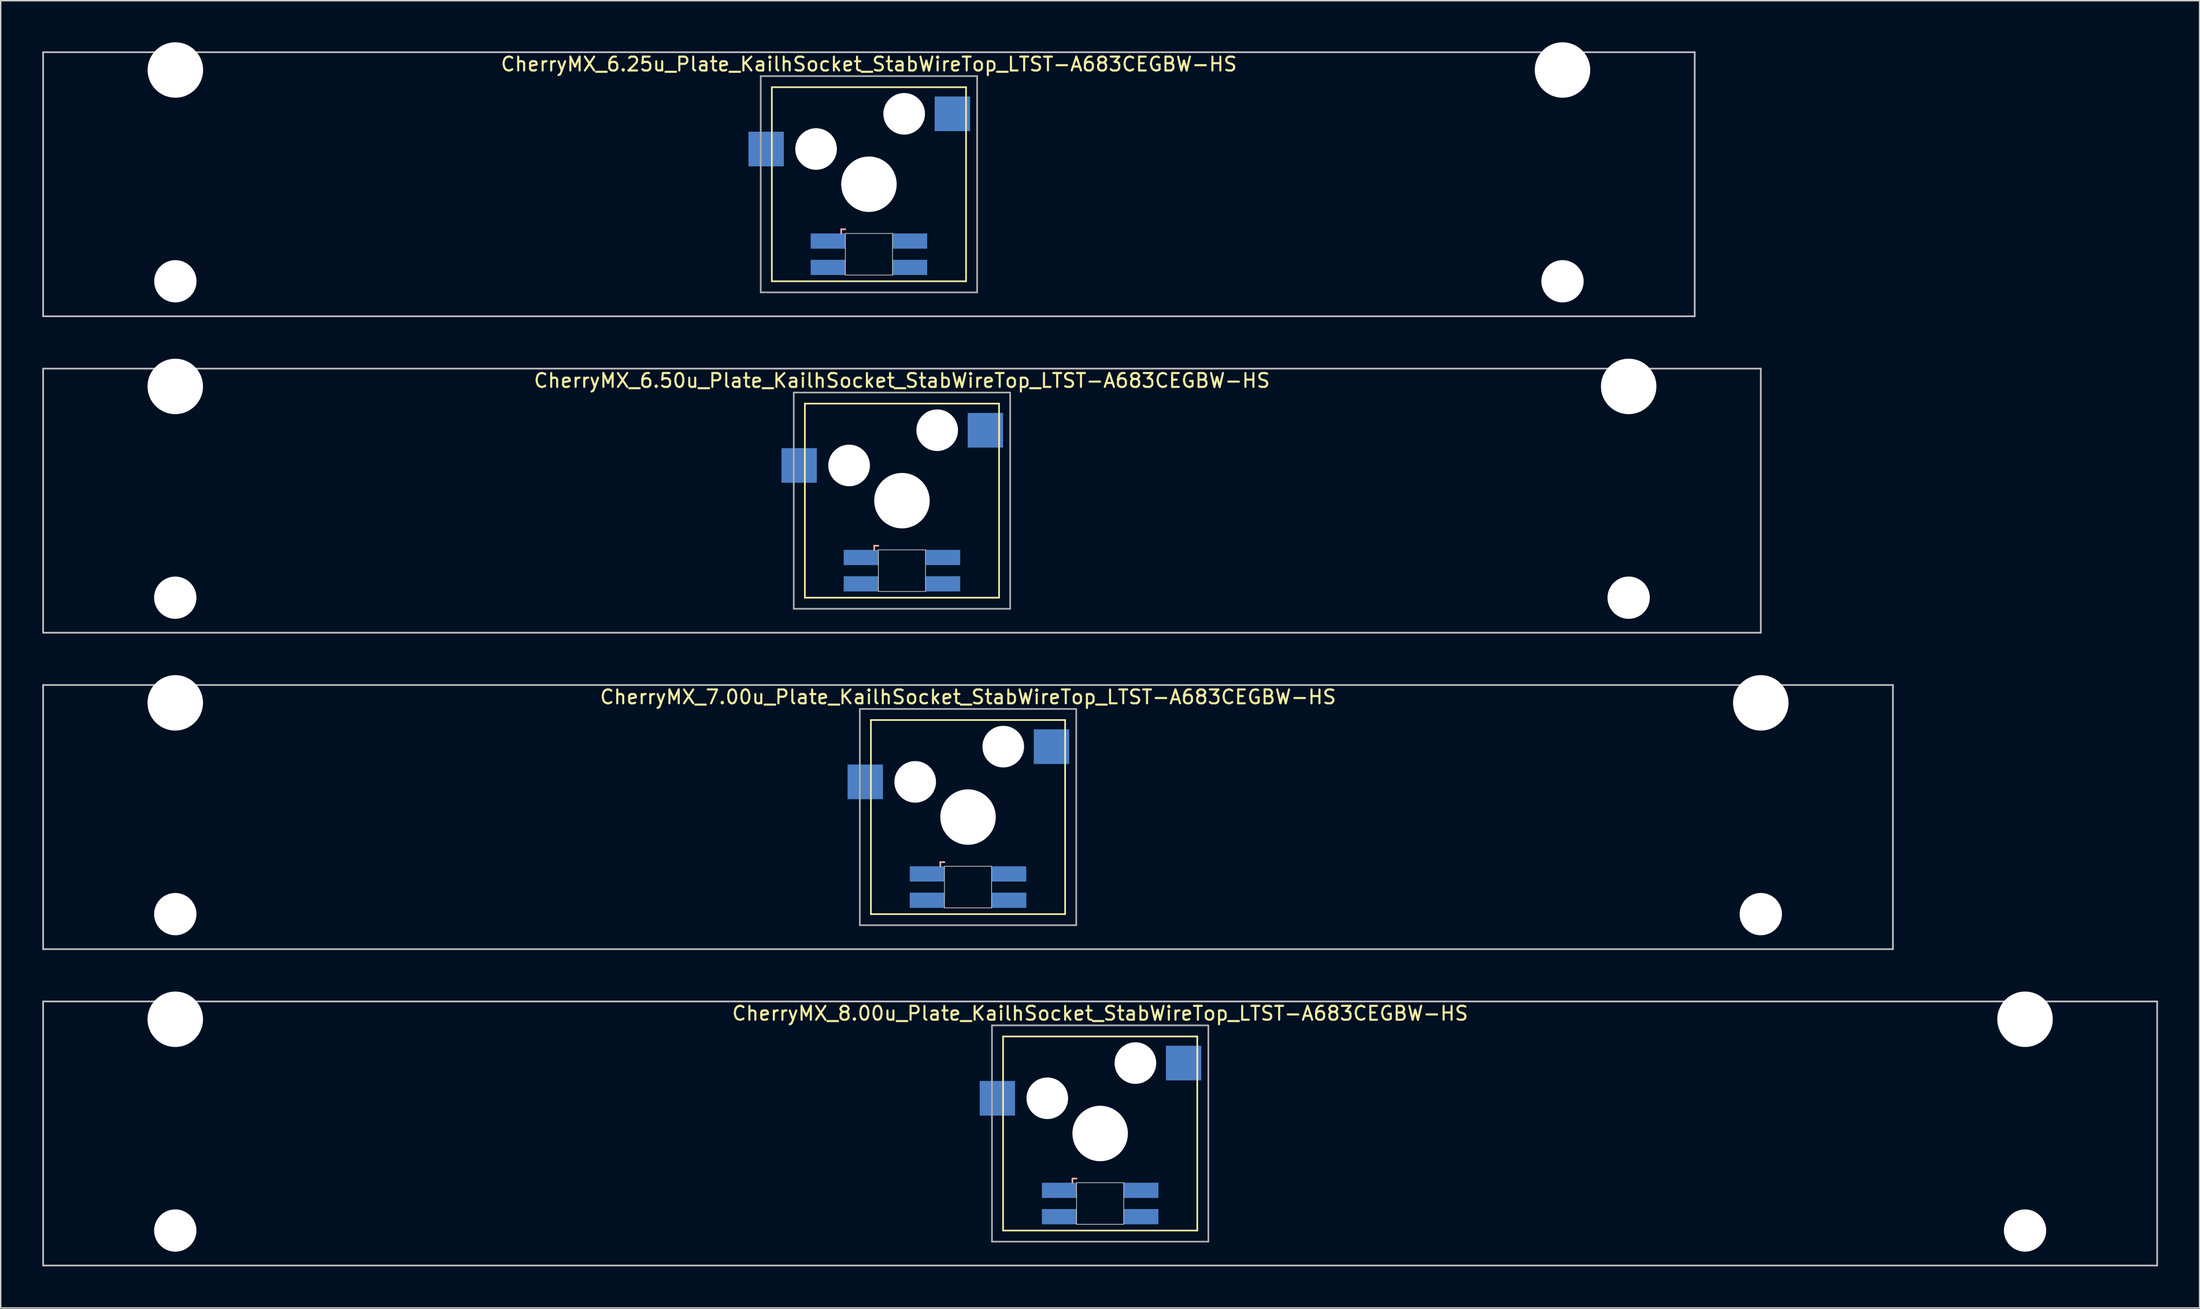
<source format=kicad_pcb>
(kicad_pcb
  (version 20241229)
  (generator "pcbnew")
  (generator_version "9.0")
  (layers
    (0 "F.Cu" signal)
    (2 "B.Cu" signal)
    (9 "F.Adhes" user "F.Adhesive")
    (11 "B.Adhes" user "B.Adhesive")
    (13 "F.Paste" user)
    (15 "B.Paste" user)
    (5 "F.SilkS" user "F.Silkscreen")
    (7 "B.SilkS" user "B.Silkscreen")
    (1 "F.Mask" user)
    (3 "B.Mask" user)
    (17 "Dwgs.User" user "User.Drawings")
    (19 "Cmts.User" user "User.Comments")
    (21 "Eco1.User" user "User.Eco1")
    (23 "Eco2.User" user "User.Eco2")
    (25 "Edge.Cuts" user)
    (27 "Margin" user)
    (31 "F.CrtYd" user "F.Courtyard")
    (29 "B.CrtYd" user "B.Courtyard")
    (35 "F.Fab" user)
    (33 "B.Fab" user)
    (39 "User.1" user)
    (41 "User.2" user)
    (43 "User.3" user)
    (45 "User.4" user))
  (footprint "CherryMX_6.50u_Plate_KailhSocket_StabWireTop_LTST-A683CEGBW-HS"
    (layer "F.Cu")
    (at 61.972 33.065)
    (property "Reference" "CherryMX_6.50u_Plate_KailhSocket_StabWireTop_LTST-A683CEGBW-HS" (at 0 -8.662 0) (layer "F.SilkS") (effects (font (size 1 1) (thickness 0.15))))
    (attr through_hole)
    (fp_line (start -7 -7) (end -7 7) (stroke (width 0.12) (type solid)) (layer "F.SilkS"))
    (fp_line (start -7 -7) (end 7 -7) (stroke (width 0.12) (type solid)) (layer "F.SilkS"))
    (fp_line (start 7 -7) (end 7 7) (stroke (width 0.12) (type solid)) (layer "F.SilkS"))
    (fp_line (start 7 7) (end -7 7) (stroke (width 0.12) (type solid)) (layer "F.SilkS"))
    (fp_line (start -2 3.25) (end -2 3.55) (stroke (width 0.12) (type solid)) (layer "B.SilkS"))
    (fp_line (start -1.7 3.25) (end -2 3.25) (stroke (width 0.12) (type solid)) (layer "B.SilkS"))
    (fp_line (start -61.913 -9.525) (end 61.913 -9.525) (stroke (width 0.12) (type solid)) (layer "Dwgs.User"))
    (fp_line (start -61.913 9.525) (end -61.913 -9.525) (stroke (width 0.12) (type solid)) (layer "Dwgs.User"))
    (fp_line (start 61.913 -9.525) (end 61.913 9.525) (stroke (width 0.12) (type solid)) (layer "Dwgs.User"))
    (fp_line (start 61.913 9.525) (end -61.913 9.525) (stroke (width 0.12) (type solid)) (layer "Dwgs.User"))
    (fp_line (start -1.7 3.55) (end 1.7 3.55) (stroke (width 0.05) (type solid)) (layer "Edge.Cuts"))
    (fp_line (start -1.7 6.55) (end -1.7 3.55) (stroke (width 0.05) (type solid)) (layer "Edge.Cuts"))
    (fp_line (start 1.7 3.55) (end 1.7 6.55) (stroke (width 0.05) (type solid)) (layer "Edge.Cuts"))
    (fp_line (start 1.7 6.55) (end -1.7 6.55) (stroke (width 0.05) (type solid)) (layer "Edge.Cuts"))
    (fp_line (start -7.8 -7.8) (end -7.8 7.8) (stroke (width 0.12) (type solid)) (layer "F.Fab"))
    (fp_line (start -7.8 -7.8) (end 7.8 -7.8) (stroke (width 0.12) (type solid)) (layer "F.Fab"))
    (fp_line (start -7.8 7.8) (end 7.8 7.8) (stroke (width 0.12) (type solid)) (layer "F.Fab"))
    (fp_line (start 7.8 -7.8) (end 7.8 7.8) (stroke (width 0.12) (type solid)) (layer "F.Fab"))
    (pad "" np_thru_hole circle (at -52.388 -8.24) (size 4 4) (drill 4) (layers "*.Cu" "*.Mask"))
    (pad "" np_thru_hole circle (at -52.388 7) (size 3.05 3.05) (drill 3.05) (layers "*.Cu" "*.Mask"))
    (pad "" np_thru_hole circle (at -3.81 -2.54) (size 3 3) (drill 3) (layers "*.Cu" "*.Mask"))
    (pad "" np_thru_hole circle (at 0 0) (size 4 4) (drill 4) (layers "*.Cu" "*.Mask"))
    (pad "" np_thru_hole circle (at 2.54 -5.08) (size 3 3) (drill 3) (layers "*.Cu" "*.Mask"))
    (pad "" np_thru_hole circle (at 52.388 -8.24) (size 4 4) (drill 4) (layers "*.Cu" "*.Mask"))
    (pad "" np_thru_hole circle (at 52.388 7) (size 3.05 3.05) (drill 3.05) (layers "*.Cu" "*.Mask"))
    (pad "1" smd rect (at -7.41 -2.54) (size 2.55 2.5) (layers "B.Cu" "B.Mask" "B.Paste"))
    (pad "2" smd rect (at 6.015 -5.08) (size 2.55 2.5) (layers "B.Cu" "B.Mask" "B.Paste"))
    (pad "3" smd rect (at -2.95 4.1) (size 2.5 1.1) (layers "B.Cu" "B.Mask" "B.Paste"))
    (pad "4" smd rect (at -2.95 6) (size 2.5 1.1) (layers "B.Cu" "B.Mask" "B.Paste"))
    (pad "5" smd rect (at 2.95 4.1) (size 2.5 1.1) (layers "B.Cu" "B.Mask" "B.Paste"))
    (pad "6" smd rect (at 2.95 6) (size 2.5 1.1) (layers "B.Cu" "B.Mask" "B.Paste")))
  (footprint "CherryMX_6.25u_Plate_KailhSocket_StabWireTop_LTST-A683CEGBW-HS"
    (layer "F.Cu")
    (at 59.591 10.24)
    (property "Reference" "CherryMX_6.25u_Plate_KailhSocket_StabWireTop_LTST-A683CEGBW-HS" (at 0 -8.662 0) (layer "F.SilkS") (effects (font (size 1 1) (thickness 0.15))))
    (attr through_hole)
    (fp_line (start -7 -7) (end -7 7) (stroke (width 0.12) (type solid)) (layer "F.SilkS"))
    (fp_line (start -7 -7) (end 7 -7) (stroke (width 0.12) (type solid)) (layer "F.SilkS"))
    (fp_line (start 7 -7) (end 7 7) (stroke (width 0.12) (type solid)) (layer "F.SilkS"))
    (fp_line (start 7 7) (end -7 7) (stroke (width 0.12) (type solid)) (layer "F.SilkS"))
    (fp_line (start -2 3.25) (end -2 3.55) (stroke (width 0.12) (type solid)) (layer "B.SilkS"))
    (fp_line (start -1.7 3.25) (end -2 3.25) (stroke (width 0.12) (type solid)) (layer "B.SilkS"))
    (fp_line (start -59.531 -9.525) (end 59.531 -9.525) (stroke (width 0.12) (type solid)) (layer "Dwgs.User"))
    (fp_line (start -59.531 9.525) (end -59.531 -9.525) (stroke (width 0.12) (type solid)) (layer "Dwgs.User"))
    (fp_line (start 59.531 -9.525) (end 59.531 9.525) (stroke (width 0.12) (type solid)) (layer "Dwgs.User"))
    (fp_line (start 59.531 9.525) (end -59.531 9.525) (stroke (width 0.12) (type solid)) (layer "Dwgs.User"))
    (fp_line (start -1.7 3.55) (end 1.7 3.55) (stroke (width 0.05) (type solid)) (layer "Edge.Cuts"))
    (fp_line (start -1.7 6.55) (end -1.7 3.55) (stroke (width 0.05) (type solid)) (layer "Edge.Cuts"))
    (fp_line (start 1.7 3.55) (end 1.7 6.55) (stroke (width 0.05) (type solid)) (layer "Edge.Cuts"))
    (fp_line (start 1.7 6.55) (end -1.7 6.55) (stroke (width 0.05) (type solid)) (layer "Edge.Cuts"))
    (fp_line (start -7.8 -7.8) (end -7.8 7.8) (stroke (width 0.12) (type solid)) (layer "F.Fab"))
    (fp_line (start -7.8 -7.8) (end 7.8 -7.8) (stroke (width 0.12) (type solid)) (layer "F.Fab"))
    (fp_line (start -7.8 7.8) (end 7.8 7.8) (stroke (width 0.12) (type solid)) (layer "F.Fab"))
    (fp_line (start 7.8 -7.8) (end 7.8 7.8) (stroke (width 0.12) (type solid)) (layer "F.Fab"))
    (pad "" np_thru_hole circle (at -50 -8.24) (size 4 4) (drill 4) (layers "*.Cu" "*.Mask"))
    (pad "" np_thru_hole circle (at -50 7) (size 3.05 3.05) (drill 3.05) (layers "*.Cu" "*.Mask"))
    (pad "" np_thru_hole circle (at -3.81 -2.54) (size 3 3) (drill 3) (layers "*.Cu" "*.Mask"))
    (pad "" np_thru_hole circle (at 0 0) (size 4 4) (drill 4) (layers "*.Cu" "*.Mask"))
    (pad "" np_thru_hole circle (at 2.54 -5.08) (size 3 3) (drill 3) (layers "*.Cu" "*.Mask"))
    (pad "" np_thru_hole circle (at 50 -8.24) (size 4 4) (drill 4) (layers "*.Cu" "*.Mask"))
    (pad "" np_thru_hole circle (at 50 7) (size 3.05 3.05) (drill 3.05) (layers "*.Cu" "*.Mask"))
    (pad "1" smd rect (at -7.41 -2.54) (size 2.55 2.5) (layers "B.Cu" "B.Mask" "B.Paste"))
    (pad "2" smd rect (at 6.015 -5.08) (size 2.55 2.5) (layers "B.Cu" "B.Mask" "B.Paste"))
    (pad "3" smd rect (at -2.95 4.1) (size 2.5 1.1) (layers "B.Cu" "B.Mask" "B.Paste"))
    (pad "4" smd rect (at -2.95 6) (size 2.5 1.1) (layers "B.Cu" "B.Mask" "B.Paste"))
    (pad "5" smd rect (at 2.95 4.1) (size 2.5 1.1) (layers "B.Cu" "B.Mask" "B.Paste"))
    (pad "6" smd rect (at 2.95 6) (size 2.5 1.1) (layers "B.Cu" "B.Mask" "B.Paste")))
  (footprint "CherryMX_7.00u_Plate_KailhSocket_StabWireTop_LTST-A683CEGBW-HS"
    (layer "F.Cu")
    (at 66.735 55.89)
    (property "Reference" "CherryMX_7.00u_Plate_KailhSocket_StabWireTop_LTST-A683CEGBW-HS" (at 0 -8.662 0) (layer "F.SilkS") (effects (font (size 1 1) (thickness 0.15))))
    (attr through_hole)
    (fp_line (start -7 -7) (end -7 7) (stroke (width 0.12) (type solid)) (layer "F.SilkS"))
    (fp_line (start -7 -7) (end 7 -7) (stroke (width 0.12) (type solid)) (layer "F.SilkS"))
    (fp_line (start 7 -7) (end 7 7) (stroke (width 0.12) (type solid)) (layer "F.SilkS"))
    (fp_line (start 7 7) (end -7 7) (stroke (width 0.12) (type solid)) (layer "F.SilkS"))
    (fp_line (start -2 3.25) (end -2 3.55) (stroke (width 0.12) (type solid)) (layer "B.SilkS"))
    (fp_line (start -1.7 3.25) (end -2 3.25) (stroke (width 0.12) (type solid)) (layer "B.SilkS"))
    (fp_line (start -66.675 -9.525) (end 66.675 -9.525) (stroke (width 0.12) (type solid)) (layer "Dwgs.User"))
    (fp_line (start -66.675 9.525) (end -66.675 -9.525) (stroke (width 0.12) (type solid)) (layer "Dwgs.User"))
    (fp_line (start 66.675 -9.525) (end 66.675 9.525) (stroke (width 0.12) (type solid)) (layer "Dwgs.User"))
    (fp_line (start 66.675 9.525) (end -66.675 9.525) (stroke (width 0.12) (type solid)) (layer "Dwgs.User"))
    (fp_line (start -1.7 3.55) (end 1.7 3.55) (stroke (width 0.05) (type solid)) (layer "Edge.Cuts"))
    (fp_line (start -1.7 6.55) (end -1.7 3.55) (stroke (width 0.05) (type solid)) (layer "Edge.Cuts"))
    (fp_line (start 1.7 3.55) (end 1.7 6.55) (stroke (width 0.05) (type solid)) (layer "Edge.Cuts"))
    (fp_line (start 1.7 6.55) (end -1.7 6.55) (stroke (width 0.05) (type solid)) (layer "Edge.Cuts"))
    (fp_line (start -7.8 -7.8) (end -7.8 7.8) (stroke (width 0.12) (type solid)) (layer "F.Fab"))
    (fp_line (start -7.8 -7.8) (end 7.8 -7.8) (stroke (width 0.12) (type solid)) (layer "F.Fab"))
    (fp_line (start -7.8 7.8) (end 7.8 7.8) (stroke (width 0.12) (type solid)) (layer "F.Fab"))
    (fp_line (start 7.8 -7.8) (end 7.8 7.8) (stroke (width 0.12) (type solid)) (layer "F.Fab"))
    (pad "" np_thru_hole circle (at -57.15 -8.24) (size 4 4) (drill 4) (layers "*.Cu" "*.Mask"))
    (pad "" np_thru_hole circle (at -57.15 7) (size 3.05 3.05) (drill 3.05) (layers "*.Cu" "*.Mask"))
    (pad "" np_thru_hole circle (at -3.81 -2.54) (size 3 3) (drill 3) (layers "*.Cu" "*.Mask"))
    (pad "" np_thru_hole circle (at 0 0) (size 4 4) (drill 4) (layers "*.Cu" "*.Mask"))
    (pad "" np_thru_hole circle (at 2.54 -5.08) (size 3 3) (drill 3) (layers "*.Cu" "*.Mask"))
    (pad "" np_thru_hole circle (at 57.15 -8.24) (size 4 4) (drill 4) (layers "*.Cu" "*.Mask"))
    (pad "" np_thru_hole circle (at 57.15 7) (size 3.05 3.05) (drill 3.05) (layers "*.Cu" "*.Mask"))
    (pad "1" smd rect (at -7.41 -2.54) (size 2.55 2.5) (layers "B.Cu" "B.Mask" "B.Paste"))
    (pad "2" smd rect (at 6.015 -5.08) (size 2.55 2.5) (layers "B.Cu" "B.Mask" "B.Paste"))
    (pad "3" smd rect (at -2.95 4.1) (size 2.5 1.1) (layers "B.Cu" "B.Mask" "B.Paste"))
    (pad "4" smd rect (at -2.95 6) (size 2.5 1.1) (layers "B.Cu" "B.Mask" "B.Paste"))
    (pad "5" smd rect (at 2.95 4.1) (size 2.5 1.1) (layers "B.Cu" "B.Mask" "B.Paste"))
    (pad "6" smd rect (at 2.95 6) (size 2.5 1.1) (layers "B.Cu" "B.Mask" "B.Paste")))
  (footprint "CherryMX_8.00u_Plate_KailhSocket_StabWireTop_LTST-A683CEGBW-HS"
    (layer "F.Cu")
    (at 76.26 78.715)
    (property "Reference" "CherryMX_8.00u_Plate_KailhSocket_StabWireTop_LTST-A683CEGBW-HS" (at 0 -8.662 0) (layer "F.SilkS") (effects (font (size 1 1) (thickness 0.15))))
    (attr through_hole)
    (fp_line (start -7 -7) (end -7 7) (stroke (width 0.12) (type solid)) (layer "F.SilkS"))
    (fp_line (start -7 -7) (end 7 -7) (stroke (width 0.12) (type solid)) (layer "F.SilkS"))
    (fp_line (start 7 -7) (end 7 7) (stroke (width 0.12) (type solid)) (layer "F.SilkS"))
    (fp_line (start 7 7) (end -7 7) (stroke (width 0.12) (type solid)) (layer "F.SilkS"))
    (fp_line (start -2 3.25) (end -2 3.55) (stroke (width 0.12) (type solid)) (layer "B.SilkS"))
    (fp_line (start -1.7 3.25) (end -2 3.25) (stroke (width 0.12) (type solid)) (layer "B.SilkS"))
    (fp_line (start -76.2 -9.525) (end 76.2 -9.525) (stroke (width 0.12) (type solid)) (layer "Dwgs.User"))
    (fp_line (start -76.2 9.525) (end -76.2 -9.525) (stroke (width 0.12) (type solid)) (layer "Dwgs.User"))
    (fp_line (start 76.2 -9.525) (end 76.2 9.525) (stroke (width 0.12) (type solid)) (layer "Dwgs.User"))
    (fp_line (start 76.2 9.525) (end -76.2 9.525) (stroke (width 0.12) (type solid)) (layer "Dwgs.User"))
    (fp_line (start -1.7 3.55) (end 1.7 3.55) (stroke (width 0.05) (type solid)) (layer "Edge.Cuts"))
    (fp_line (start -1.7 6.55) (end -1.7 3.55) (stroke (width 0.05) (type solid)) (layer "Edge.Cuts"))
    (fp_line (start 1.7 3.55) (end 1.7 6.55) (stroke (width 0.05) (type solid)) (layer "Edge.Cuts"))
    (fp_line (start 1.7 6.55) (end -1.7 6.55) (stroke (width 0.05) (type solid)) (layer "Edge.Cuts"))
    (fp_line (start -7.8 -7.8) (end -7.8 7.8) (stroke (width 0.12) (type solid)) (layer "F.Fab"))
    (fp_line (start -7.8 -7.8) (end 7.8 -7.8) (stroke (width 0.12) (type solid)) (layer "F.Fab"))
    (fp_line (start -7.8 7.8) (end 7.8 7.8) (stroke (width 0.12) (type solid)) (layer "F.Fab"))
    (fp_line (start 7.8 -7.8) (end 7.8 7.8) (stroke (width 0.12) (type solid)) (layer "F.Fab"))
    (pad "" np_thru_hole circle (at -66.675 -8.24) (size 4 4) (drill 4) (layers "*.Cu" "*.Mask"))
    (pad "" np_thru_hole circle (at -66.675 7) (size 3.05 3.05) (drill 3.05) (layers "*.Cu" "*.Mask"))
    (pad "" np_thru_hole circle (at -3.81 -2.54) (size 3 3) (drill 3) (layers "*.Cu" "*.Mask"))
    (pad "" np_thru_hole circle (at 0 0) (size 4 4) (drill 4) (layers "*.Cu" "*.Mask"))
    (pad "" np_thru_hole circle (at 2.54 -5.08) (size 3 3) (drill 3) (layers "*.Cu" "*.Mask"))
    (pad "" np_thru_hole circle (at 66.675 -8.24) (size 4 4) (drill 4) (layers "*.Cu" "*.Mask"))
    (pad "" np_thru_hole circle (at 66.675 7) (size 3.05 3.05) (drill 3.05) (layers "*.Cu" "*.Mask"))
    (pad "1" smd rect (at -7.41 -2.54) (size 2.55 2.5) (layers "B.Cu" "B.Mask" "B.Paste"))
    (pad "2" smd rect (at 6.015 -5.08) (size 2.55 2.5) (layers "B.Cu" "B.Mask" "B.Paste"))
    (pad "3" smd rect (at -2.95 4.1) (size 2.5 1.1) (layers "B.Cu" "B.Mask" "B.Paste"))
    (pad "4" smd rect (at -2.95 6) (size 2.5 1.1) (layers "B.Cu" "B.Mask" "B.Paste"))
    (pad "5" smd rect (at 2.95 4.1) (size 2.5 1.1) (layers "B.Cu" "B.Mask" "B.Paste"))
    (pad "6" smd rect (at 2.95 6) (size 2.5 1.1) (layers "B.Cu" "B.Mask" "B.Paste")))
  (gr_rect
    (start -3 -3)
    (end 155.52 91.3)
    (stroke (width 0.1) (type default))
    (fill no)
    (layer "Edge.Cuts")))
</source>
